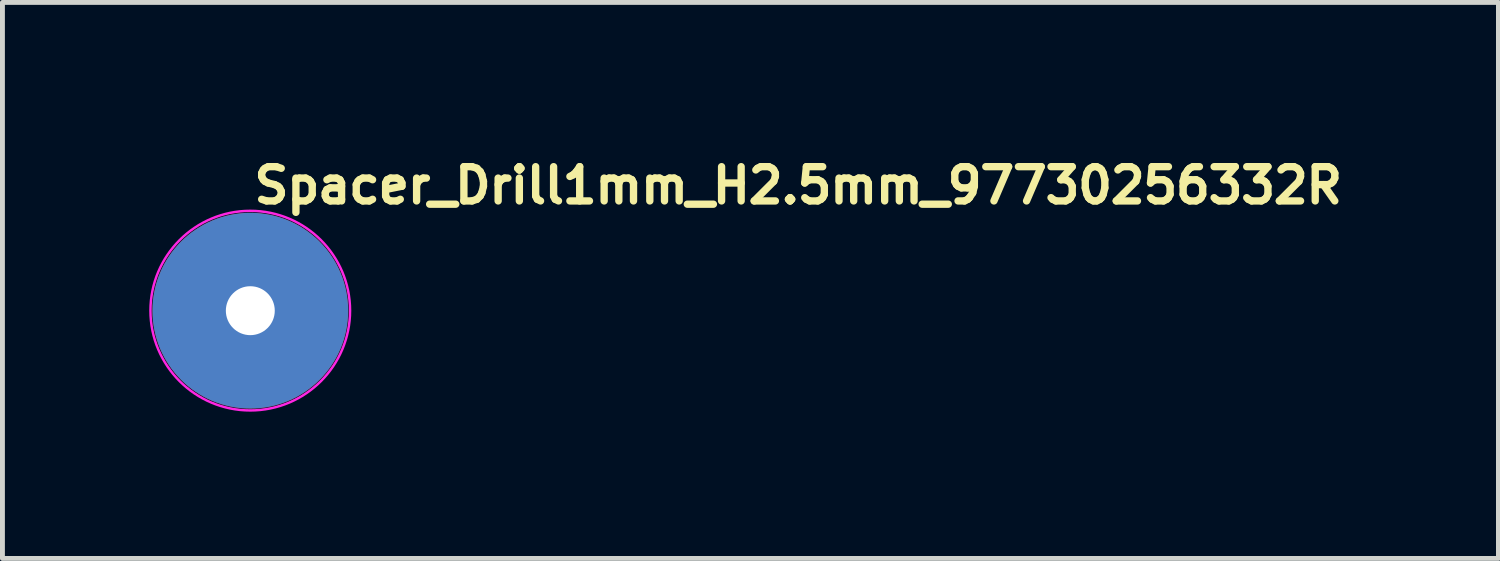
<source format=kicad_pcb>
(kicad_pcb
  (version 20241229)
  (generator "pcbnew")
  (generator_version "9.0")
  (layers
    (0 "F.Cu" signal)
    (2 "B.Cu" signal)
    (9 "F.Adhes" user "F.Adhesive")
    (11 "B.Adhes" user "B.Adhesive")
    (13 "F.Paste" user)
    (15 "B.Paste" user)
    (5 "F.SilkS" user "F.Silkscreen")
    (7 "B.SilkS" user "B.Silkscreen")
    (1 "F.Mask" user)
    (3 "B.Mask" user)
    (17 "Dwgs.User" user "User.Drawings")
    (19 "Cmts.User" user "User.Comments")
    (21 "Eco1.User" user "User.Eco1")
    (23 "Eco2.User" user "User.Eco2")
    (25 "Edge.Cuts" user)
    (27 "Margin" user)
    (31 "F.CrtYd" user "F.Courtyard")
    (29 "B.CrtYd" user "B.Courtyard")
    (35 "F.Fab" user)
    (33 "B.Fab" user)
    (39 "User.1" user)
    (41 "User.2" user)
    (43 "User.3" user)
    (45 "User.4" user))
  (footprint "Spacer_Drill1mm_H2.5mm_97730256332R"
    (layer "F.Cu")
    (at 2.065 3.299)
    (property "Reference" "Spacer_Drill1mm_H2.5mm_97730256332R" (at 0.001 -2.149 0) (layer "F.SilkS") (effects (font (size 0.7 0.7) (thickness 0.15)) (justify left bottom)))
    (attr smd)
    (fp_circle (center 0 0) (end 0 -2.04) (stroke (width 0.05) (type solid)) (fill no) (layer "F.CrtYd"))
    (fp_rect (start -1.65 -1.65) (end 1.648 1.648) (stroke (width 0.1) (type solid)) (fill no) (layer "User.5"))
    (fp_line (start -1.65 0.001) (end -1.65 0.001) (stroke (width 0.02) (type solid)) (layer "User.9"))
    (fp_line (start -1.65 0.001) (end -1.648 0.085) (stroke (width 0.02) (type solid)) (layer "User.9"))
    (fp_line (start -1.648 -0.084) (end -1.65 0.001) (stroke (width 0.02) (type solid)) (layer "User.9"))
    (fp_line (start -1.648 0.085) (end -1.642 0.169) (stroke (width 0.02) (type solid)) (layer "User.9"))
    (fp_line (start -1.642 -0.169) (end -1.648 -0.084) (stroke (width 0.02) (type solid)) (layer "User.9"))
    (fp_line (start -1.642 0.169) (end -1.63 0.251) (stroke (width 0.02) (type solid)) (layer "User.9"))
    (fp_line (start -1.63 -0.251) (end -1.642 -0.169) (stroke (width 0.02) (type solid)) (layer "User.9"))
    (fp_line (start -1.63 0.251) (end -1.616 0.333) (stroke (width 0.02) (type solid)) (layer "User.9"))
    (fp_line (start -1.616 -0.333) (end -1.63 -0.251) (stroke (width 0.02) (type solid)) (layer "User.9"))
    (fp_line (start -1.616 0.333) (end -1.598 0.412) (stroke (width 0.02) (type solid)) (layer "User.9"))
    (fp_line (start -1.598 -0.412) (end -1.616 -0.333) (stroke (width 0.02) (type solid)) (layer "User.9"))
    (fp_line (start -1.598 0.412) (end -1.576 0.49) (stroke (width 0.02) (type solid)) (layer "User.9"))
    (fp_line (start -1.576 -0.49) (end -1.598 -0.412) (stroke (width 0.02) (type solid)) (layer "User.9"))
    (fp_line (start -1.576 0.49) (end -1.55 0.567) (stroke (width 0.02) (type solid)) (layer "User.9"))
    (fp_line (start -1.55 -0.567) (end -1.576 -0.49) (stroke (width 0.02) (type solid)) (layer "User.9"))
    (fp_line (start -1.55 0.567) (end -1.521 0.643) (stroke (width 0.02) (type solid)) (layer "User.9"))
    (fp_line (start -1.521 -0.643) (end -1.55 -0.567) (stroke (width 0.02) (type solid)) (layer "User.9"))
    (fp_line (start -1.521 0.643) (end -1.487 0.715) (stroke (width 0.02) (type solid)) (layer "User.9"))
    (fp_line (start -1.487 -0.715) (end -1.521 -0.643) (stroke (width 0.02) (type solid)) (layer "User.9"))
    (fp_line (start -1.487 0.715) (end -1.451 0.787) (stroke (width 0.02) (type solid)) (layer "User.9"))
    (fp_line (start -1.451 -0.787) (end -1.487 -0.715) (stroke (width 0.02) (type solid)) (layer "User.9"))
    (fp_line (start -1.451 0.787) (end -1.411 0.855) (stroke (width 0.02) (type solid)) (layer "User.9"))
    (fp_line (start -1.411 -0.855) (end -1.451 -0.787) (stroke (width 0.02) (type solid)) (layer "User.9"))
    (fp_line (start -1.411 0.855) (end -1.368 0.923) (stroke (width 0.02) (type solid)) (layer "User.9"))
    (fp_line (start -1.368 -0.923) (end -1.411 -0.855) (stroke (width 0.02) (type solid)) (layer "User.9"))
    (fp_line (start -1.368 0.923) (end -1.322 0.987) (stroke (width 0.02) (type solid)) (layer "User.9"))
    (fp_line (start -1.322 -0.987) (end -1.368 -0.923) (stroke (width 0.02) (type solid)) (layer "User.9"))
    (fp_line (start -1.322 0.987) (end -1.273 1.049) (stroke (width 0.02) (type solid)) (layer "User.9"))
    (fp_line (start -1.273 -1.05) (end -1.322 -0.987) (stroke (width 0.02) (type solid)) (layer "User.9"))
    (fp_line (start -1.273 1.049) (end -1.221 1.109) (stroke (width 0.02) (type solid)) (layer "User.9"))
    (fp_line (start -1.221 -1.11) (end -1.273 -1.05) (stroke (width 0.02) (type solid)) (layer "User.9"))
    (fp_line (start -1.221 1.109) (end -1.167 1.166) (stroke (width 0.02) (type solid)) (layer "User.9"))
    (fp_line (start -1.167 -1.167) (end -1.221 -1.11) (stroke (width 0.02) (type solid)) (layer "User.9"))
    (fp_line (start -1.167 1.166) (end -1.11 1.222) (stroke (width 0.02) (type solid)) (layer "User.9"))
    (fp_line (start -1.11 -1.221) (end -1.167 -1.167) (stroke (width 0.02) (type solid)) (layer "User.9"))
    (fp_line (start -1.11 1.222) (end -1.05 1.273) (stroke (width 0.02) (type solid)) (layer "User.9"))
    (fp_line (start -1.05 -1.273) (end -1.11 -1.221) (stroke (width 0.02) (type solid)) (layer "User.9"))
    (fp_line (start -1.05 1.273) (end -0.987 1.323) (stroke (width 0.02) (type solid)) (layer "User.9"))
    (fp_line (start -0.987 -1.322) (end -1.05 -1.273) (stroke (width 0.02) (type solid)) (layer "User.9"))
    (fp_line (start -0.987 1.323) (end -0.923 1.369) (stroke (width 0.02) (type solid)) (layer "User.9"))
    (fp_line (start -0.923 -1.368) (end -0.987 -1.322) (stroke (width 0.02) (type solid)) (layer "User.9"))
    (fp_line (start -0.923 1.369) (end -0.855 1.412) (stroke (width 0.02) (type solid)) (layer "User.9"))
    (fp_line (start -0.855 -1.411) (end -0.923 -1.368) (stroke (width 0.02) (type solid)) (layer "User.9"))
    (fp_line (start -0.855 1.412) (end -0.787 1.45) (stroke (width 0.02) (type solid)) (layer "User.9"))
    (fp_line (start -0.811 0.001) (end -0.811 0.001) (stroke (width 0.02) (type solid)) (layer "User.9"))
    (fp_line (start -0.811 0.001) (end -0.81 0.042) (stroke (width 0.02) (type solid)) (layer "User.9"))
    (fp_line (start -0.81 -0.041) (end -0.811 0.001) (stroke (width 0.02) (type solid)) (layer "User.9"))
    (fp_line (start -0.81 0.042) (end -0.807 0.083) (stroke (width 0.02) (type solid)) (layer "User.9"))
    (fp_line (start -0.807 -0.083) (end -0.81 -0.041) (stroke (width 0.02) (type solid)) (layer "User.9"))
    (fp_line (start -0.807 0.083) (end -0.802 0.123) (stroke (width 0.02) (type solid)) (layer "User.9"))
    (fp_line (start -0.802 -0.123) (end -0.807 -0.083) (stroke (width 0.02) (type solid)) (layer "User.9"))
    (fp_line (start -0.802 0.123) (end -0.795 0.164) (stroke (width 0.02) (type solid)) (layer "User.9"))
    (fp_line (start -0.795 -0.164) (end -0.802 -0.123) (stroke (width 0.02) (type solid)) (layer "User.9"))
    (fp_line (start -0.795 0.164) (end -0.785 0.203) (stroke (width 0.02) (type solid)) (layer "User.9"))
    (fp_line (start -0.787 -1.451) (end -0.855 -1.411) (stroke (width 0.02) (type solid)) (layer "User.9"))
    (fp_line (start -0.787 1.45) (end -0.715 1.488) (stroke (width 0.02) (type solid)) (layer "User.9"))
    (fp_line (start -0.785 -0.202) (end -0.795 -0.164) (stroke (width 0.02) (type solid)) (layer "User.9"))
    (fp_line (start -0.785 0.203) (end -0.775 0.241) (stroke (width 0.02) (type solid)) (layer "User.9"))
    (fp_line (start -0.775 -0.241) (end -0.785 -0.202) (stroke (width 0.02) (type solid)) (layer "User.9"))
    (fp_line (start -0.775 0.241) (end -0.761 0.279) (stroke (width 0.02) (type solid)) (layer "User.9"))
    (fp_line (start -0.761 -0.279) (end -0.775 -0.241) (stroke (width 0.02) (type solid)) (layer "User.9"))
    (fp_line (start -0.761 0.279) (end -0.746 0.315) (stroke (width 0.02) (type solid)) (layer "User.9"))
    (fp_line (start -0.746 -0.315) (end -0.761 -0.279) (stroke (width 0.02) (type solid)) (layer "User.9"))
    (fp_line (start -0.746 0.315) (end -0.73 0.352) (stroke (width 0.02) (type solid)) (layer "User.9"))
    (fp_line (start -0.73 -0.35) (end -0.746 -0.315) (stroke (width 0.02) (type solid)) (layer "User.9"))
    (fp_line (start -0.73 0.352) (end -0.712 0.387) (stroke (width 0.02) (type solid)) (layer "User.9"))
    (fp_line (start -0.715 -1.487) (end -0.787 -1.451) (stroke (width 0.02) (type solid)) (layer "User.9"))
    (fp_line (start -0.715 1.488) (end -0.643 1.519) (stroke (width 0.02) (type solid)) (layer "User.9"))
    (fp_line (start -0.712 -0.387) (end -0.73 -0.35) (stroke (width 0.02) (type solid)) (layer "User.9"))
    (fp_line (start -0.712 0.387) (end -0.693 0.42) (stroke (width 0.02) (type solid)) (layer "User.9"))
    (fp_line (start -0.693 -0.42) (end -0.712 -0.387) (stroke (width 0.02) (type solid)) (layer "User.9"))
    (fp_line (start -0.693 0.42) (end -0.673 0.454) (stroke (width 0.02) (type solid)) (layer "User.9"))
    (fp_line (start -0.673 -0.454) (end -0.693 -0.42) (stroke (width 0.02) (type solid)) (layer "User.9"))
    (fp_line (start -0.673 0.454) (end -0.65 0.484) (stroke (width 0.02) (type solid)) (layer "User.9"))
    (fp_line (start -0.65 -0.484) (end -0.673 -0.454) (stroke (width 0.02) (type solid)) (layer "User.9"))
    (fp_line (start -0.65 0.484) (end -0.625 0.516) (stroke (width 0.02) (type solid)) (layer "User.9"))
    (fp_line (start -0.643 -1.521) (end -0.715 -1.487) (stroke (width 0.02) (type solid)) (layer "User.9"))
    (fp_line (start -0.643 1.519) (end -0.567 1.549) (stroke (width 0.02) (type solid)) (layer "User.9"))
    (fp_line (start -0.625 -0.516) (end -0.65 -0.484) (stroke (width 0.02) (type solid)) (layer "User.9"))
    (fp_line (start -0.625 0.516) (end -0.599 0.545) (stroke (width 0.02) (type solid)) (layer "User.9"))
    (fp_line (start -0.61 0.013) (end -0.607 0.058) (stroke (width 0.02) (type solid)) (layer "User.9"))
    (fp_line (start -0.609 -0.031) (end -0.61 0.013) (stroke (width 0.02) (type solid)) (layer "User.9"))
    (fp_line (start -0.607 0.058) (end -0.601 0.102) (stroke (width 0.02) (type solid)) (layer "User.9"))
    (fp_line (start -0.605 -0.075) (end -0.609 -0.031) (stroke (width 0.02) (type solid)) (layer "User.9"))
    (fp_line (start -0.601 0.102) (end -0.592 0.146) (stroke (width 0.02) (type solid)) (layer "User.9"))
    (fp_line (start -0.599 -0.545) (end -0.625 -0.516) (stroke (width 0.02) (type solid)) (layer "User.9"))
    (fp_line (start -0.599 0.545) (end -0.573 0.573) (stroke (width 0.02) (type solid)) (layer "User.9"))
    (fp_line (start -0.598 -0.118) (end -0.605 -0.075) (stroke (width 0.02) (type solid)) (layer "User.9"))
    (fp_line (start -0.592 0.146) (end -0.58 0.19) (stroke (width 0.02) (type solid)) (layer "User.9"))
    (fp_line (start -0.588 -0.163) (end -0.598 -0.118) (stroke (width 0.02) (type solid)) (layer "User.9"))
    (fp_line (start -0.58 0.19) (end -0.564 0.234) (stroke (width 0.02) (type solid)) (layer "User.9"))
    (fp_line (start -0.576 -0.204) (end -0.588 -0.163) (stroke (width 0.02) (type solid)) (layer "User.9"))
    (fp_line (start -0.573 -0.573) (end -0.599 -0.545) (stroke (width 0.02) (type solid)) (layer "User.9"))
    (fp_line (start -0.573 0.573) (end -0.545 0.599) (stroke (width 0.02) (type solid)) (layer "User.9"))
    (fp_line (start -0.567 -1.55) (end -0.643 -1.521) (stroke (width 0.02) (type solid)) (layer "User.9"))
    (fp_line (start -0.567 1.549) (end -0.49 1.575) (stroke (width 0.02) (type solid)) (layer "User.9"))
    (fp_line (start -0.564 0.234) (end -0.564 0.234) (stroke (width 0.02) (type solid)) (layer "User.9"))
    (fp_line (start -0.564 0.234) (end -0.555 0.254) (stroke (width 0.02) (type solid)) (layer "User.9"))
    (fp_line (start -0.559 -0.245) (end -0.576 -0.204) (stroke (width 0.02) (type solid)) (layer "User.9"))
    (fp_line (start -0.555 0.254) (end -0.545 0.276) (stroke (width 0.02) (type solid)) (layer "User.9"))
    (fp_line (start -0.545 -0.599) (end -0.573 -0.573) (stroke (width 0.02) (type solid)) (layer "User.9"))
    (fp_line (start -0.545 0.276) (end -0.535 0.295) (stroke (width 0.02) (type solid)) (layer "User.9"))
    (fp_line (start -0.545 0.599) (end -0.516 0.625) (stroke (width 0.02) (type solid)) (layer "User.9"))
    (fp_line (start -0.54 -0.286) (end -0.559 -0.245) (stroke (width 0.02) (type solid)) (layer "User.9"))
    (fp_line (start -0.535 0.295) (end -0.523 0.315) (stroke (width 0.02) (type solid)) (layer "User.9"))
    (fp_line (start -0.523 0.315) (end -0.51 0.335) (stroke (width 0.02) (type solid)) (layer "User.9"))
    (fp_line (start -0.517 -0.326) (end -0.54 -0.286) (stroke (width 0.02) (type solid)) (layer "User.9"))
    (fp_line (start -0.516 -0.625) (end -0.545 -0.599) (stroke (width 0.02) (type solid)) (layer "User.9"))
    (fp_line (start -0.516 0.625) (end -0.484 0.65) (stroke (width 0.02) (type solid)) (layer "User.9"))
    (fp_line (start -0.51 0.335) (end -0.498 0.353) (stroke (width 0.02) (type solid)) (layer "User.9"))
    (fp_line (start -0.498 0.353) (end -0.484 0.371) (stroke (width 0.02) (type solid)) (layer "User.9"))
    (fp_line (start -0.491 -0.362) (end -0.517 -0.326) (stroke (width 0.02) (type solid)) (layer "User.9"))
    (fp_line (start -0.49 -1.576) (end -0.567 -1.55) (stroke (width 0.02) (type solid)) (layer "User.9"))
    (fp_line (start -0.49 1.575) (end -0.412 1.599) (stroke (width 0.02) (type solid)) (layer "User.9"))
    (fp_line (start -0.484 -0.65) (end -0.516 -0.625) (stroke (width 0.02) (type solid)) (layer "User.9"))
    (fp_line (start -0.484 0.371) (end -0.47 0.389) (stroke (width 0.02) (type solid)) (layer "User.9"))
    (fp_line (start -0.484 0.65) (end -0.454 0.673) (stroke (width 0.02) (type solid)) (layer "User.9"))
    (fp_line (start -0.47 0.389) (end -0.457 0.406) (stroke (width 0.02) (type solid)) (layer "User.9"))
    (fp_line (start -0.463 -0.398) (end -0.491 -0.362) (stroke (width 0.02) (type solid)) (layer "User.9"))
    (fp_line (start -0.457 0.406) (end -0.441 0.422) (stroke (width 0.02) (type solid)) (layer "User.9"))
    (fp_line (start -0.454 -0.673) (end -0.484 -0.65) (stroke (width 0.02) (type solid)) (layer "User.9"))
    (fp_line (start -0.454 0.673) (end -0.42 0.693) (stroke (width 0.02) (type solid)) (layer "User.9"))
    (fp_line (start -0.441 0.422) (end -0.425 0.437) (stroke (width 0.02) (type solid)) (layer "User.9"))
    (fp_line (start -0.431 -0.431) (end -0.463 -0.398) (stroke (width 0.02) (type solid)) (layer "User.9"))
    (fp_line (start -0.431 -0.431) (end -0.431 -0.431) (stroke (width 0.02) (type solid)) (layer "User.9"))
    (fp_line (start -0.425 0.437) (end -0.409 0.454) (stroke (width 0.02) (type solid)) (layer "User.9"))
    (fp_line (start -0.42 -0.693) (end -0.454 -0.673) (stroke (width 0.02) (type solid)) (layer "User.9"))
    (fp_line (start -0.42 0.693) (end -0.387 0.712) (stroke (width 0.02) (type solid)) (layer "User.9"))
    (fp_line (start -0.412 -1.598) (end -0.49 -1.576) (stroke (width 0.02) (type solid)) (layer "User.9"))
    (fp_line (start -0.412 1.599) (end -0.333 1.617) (stroke (width 0.02) (type solid)) (layer "User.9"))
    (fp_line (start -0.409 0.454) (end -0.393 0.468) (stroke (width 0.02) (type solid)) (layer "User.9"))
    (fp_line (start -0.398 -0.463) (end -0.431 -0.431) (stroke (width 0.02) (type solid)) (layer "User.9"))
    (fp_line (start -0.393 0.468) (end -0.375 0.481) (stroke (width 0.02) (type solid)) (layer "User.9"))
    (fp_line (start -0.387 -0.712) (end -0.42 -0.693) (stroke (width 0.02) (type solid)) (layer "User.9"))
    (fp_line (start -0.387 0.712) (end -0.35 0.73) (stroke (width 0.02) (type solid)) (layer "User.9"))
    (fp_line (start -0.375 0.481) (end -0.357 0.494) (stroke (width 0.02) (type solid)) (layer "User.9"))
    (fp_line (start -0.362 -0.491) (end -0.398 -0.463) (stroke (width 0.02) (type solid)) (layer "User.9"))
    (fp_line (start -0.357 0.494) (end -0.34 0.507) (stroke (width 0.02) (type solid)) (layer "User.9"))
    (fp_line (start -0.35 -0.73) (end -0.387 -0.712) (stroke (width 0.02) (type solid)) (layer "User.9"))
    (fp_line (start -0.35 0.73) (end -0.315 0.746) (stroke (width 0.02) (type solid)) (layer "User.9"))
    (fp_line (start -0.34 0.507) (end -0.321 0.52) (stroke (width 0.02) (type solid)) (layer "User.9"))
    (fp_line (start -0.333 -1.616) (end -0.412 -1.598) (stroke (width 0.02) (type solid)) (layer "User.9"))
    (fp_line (start -0.333 1.617) (end -0.251 1.63) (stroke (width 0.02) (type solid)) (layer "User.9"))
    (fp_line (start -0.326 -0.517) (end -0.362 -0.491) (stroke (width 0.02) (type solid)) (layer "User.9"))
    (fp_line (start -0.321 0.52) (end -0.301 0.531) (stroke (width 0.02) (type solid)) (layer "User.9"))
    (fp_line (start -0.315 -0.746) (end -0.35 -0.73) (stroke (width 0.02) (type solid)) (layer "User.9"))
    (fp_line (start -0.315 0.746) (end -0.279 0.761) (stroke (width 0.02) (type solid)) (layer "User.9"))
    (fp_line (start -0.301 0.531) (end -0.281 0.542) (stroke (width 0.02) (type solid)) (layer "User.9"))
    (fp_line (start -0.286 -0.54) (end -0.326 -0.517) (stroke (width 0.02) (type solid)) (layer "User.9"))
    (fp_line (start -0.281 0.542) (end -0.263 0.552) (stroke (width 0.02) (type solid)) (layer "User.9"))
    (fp_line (start -0.279 -0.761) (end -0.315 -0.746) (stroke (width 0.02) (type solid)) (layer "User.9"))
    (fp_line (start -0.279 0.761) (end -0.241 0.775) (stroke (width 0.02) (type solid)) (layer "User.9"))
    (fp_line (start -0.263 0.552) (end -0.241 0.561) (stroke (width 0.02) (type solid)) (layer "User.9"))
    (fp_line (start -0.251 -1.63) (end -0.333 -1.616) (stroke (width 0.02) (type solid)) (layer "User.9"))
    (fp_line (start -0.251 1.63) (end -0.169 1.64) (stroke (width 0.02) (type solid)) (layer "User.9"))
    (fp_line (start -0.245 -0.559) (end -0.286 -0.54) (stroke (width 0.02) (type solid)) (layer "User.9"))
    (fp_line (start -0.241 -0.775) (end -0.279 -0.761) (stroke (width 0.02) (type solid)) (layer "User.9"))
    (fp_line (start -0.241 0.561) (end -0.221 0.569) (stroke (width 0.02) (type solid)) (layer "User.9"))
    (fp_line (start -0.241 0.775) (end -0.202 0.785) (stroke (width 0.02) (type solid)) (layer "User.9"))
    (fp_line (start -0.221 0.569) (end -0.201 0.577) (stroke (width 0.02) (type solid)) (layer "User.9"))
    (fp_line (start -0.204 -0.576) (end -0.245 -0.559) (stroke (width 0.02) (type solid)) (layer "User.9"))
    (fp_line (start -0.202 -0.785) (end -0.241 -0.775) (stroke (width 0.02) (type solid)) (layer "User.9"))
    (fp_line (start -0.202 0.785) (end -0.164 0.795) (stroke (width 0.02) (type solid)) (layer "User.9"))
    (fp_line (start -0.201 0.577) (end -0.179 0.583) (stroke (width 0.02) (type solid)) (layer "User.9"))
    (fp_line (start -0.179 0.583) (end -0.157 0.589) (stroke (width 0.02) (type solid)) (layer "User.9"))
    (fp_line (start -0.169 -1.642) (end -0.251 -1.63) (stroke (width 0.02) (type solid)) (layer "User.9"))
    (fp_line (start -0.169 1.64) (end -0.084 1.646) (stroke (width 0.02) (type solid)) (layer "User.9"))
    (fp_line (start -0.164 -0.795) (end -0.202 -0.785) (stroke (width 0.02) (type solid)) (layer "User.9"))
    (fp_line (start -0.164 0.795) (end -0.123 0.802) (stroke (width 0.02) (type solid)) (layer "User.9"))
    (fp_line (start -0.163 -0.588) (end -0.204 -0.576) (stroke (width 0.02) (type solid)) (layer "User.9"))
    (fp_line (start -0.157 0.589) (end -0.136 0.595) (stroke (width 0.02) (type solid)) (layer "User.9"))
    (fp_line (start -0.136 0.595) (end -0.114 0.599) (stroke (width 0.02) (type solid)) (layer "User.9"))
    (fp_line (start -0.123 -0.802) (end -0.164 -0.795) (stroke (width 0.02) (type solid)) (layer "User.9"))
    (fp_line (start -0.123 0.802) (end -0.083 0.807) (stroke (width 0.02) (type solid)) (layer "User.9"))
    (fp_line (start -0.118 -0.598) (end -0.163 -0.588) (stroke (width 0.02) (type solid)) (layer "User.9"))
    (fp_line (start -0.114 0.599) (end -0.091 0.603) (stroke (width 0.02) (type solid)) (layer "User.9"))
    (fp_line (start -0.091 0.603) (end -0.069 0.606) (stroke (width 0.02) (type solid)) (layer "User.9"))
    (fp_line (start -0.084 -1.648) (end -0.169 -1.642) (stroke (width 0.02) (type solid)) (layer "User.9"))
    (fp_line (start -0.084 1.646) (end 0.001 1.648) (stroke (width 0.02) (type solid)) (layer "User.9"))
    (fp_line (start -0.083 -0.807) (end -0.123 -0.802) (stroke (width 0.02) (type solid)) (layer "User.9"))
    (fp_line (start -0.083 0.807) (end -0.041 0.81) (stroke (width 0.02) (type solid)) (layer "User.9"))
    (fp_line (start -0.075 -0.605) (end -0.118 -0.598) (stroke (width 0.02) (type solid)) (layer "User.9"))
    (fp_line (start -0.069 0.606) (end -0.045 0.608) (stroke (width 0.02) (type solid)) (layer "User.9"))
    (fp_line (start -0.045 0.608) (end -0.023 0.61) (stroke (width 0.02) (type solid)) (layer "User.9"))
    (fp_line (start -0.041 -0.81) (end -0.083 -0.807) (stroke (width 0.02) (type solid)) (layer "User.9"))
    (fp_line (start -0.041 0.81) (end 0.001 0.811) (stroke (width 0.02) (type solid)) (layer "User.9"))
    (fp_line (start -0.031 -0.609) (end -0.075 -0.605) (stroke (width 0.02) (type solid)) (layer "User.9"))
    (fp_line (start -0.023 0.61) (end 0.001 0.61) (stroke (width 0.02) (type solid)) (layer "User.9"))
    (fp_line (start 0.001 -1.65) (end -0.084 -1.648) (stroke (width 0.02) (type solid)) (layer "User.9"))
    (fp_line (start 0.001 -1.65) (end 0.001 -1.65) (stroke (width 0.02) (type solid)) (layer "User.9"))
    (fp_line (start 0.001 -0.811) (end -0.041 -0.81) (stroke (width 0.02) (type solid)) (layer "User.9"))
    (fp_line (start 0.001 -0.811) (end 0.001 -0.811) (stroke (width 0.02) (type solid)) (layer "User.9"))
    (fp_line (start 0.001 0.61) (end 0.03 0.609) (stroke (width 0.02) (type solid)) (layer "User.9"))
    (fp_line (start 0.001 0.811) (end 0.001 0.811) (stroke (width 0.02) (type solid)) (layer "User.9"))
    (fp_line (start 0.001 0.811) (end 0.042 0.81) (stroke (width 0.02) (type solid)) (layer "User.9"))
    (fp_line (start 0.001 1.648) (end 0.001 1.648) (stroke (width 0.02) (type solid)) (layer "User.9"))
    (fp_line (start 0.001 1.648) (end 0.085 1.646) (stroke (width 0.02) (type solid)) (layer "User.9"))
    (fp_line (start 0.013 -0.61) (end -0.031 -0.609) (stroke (width 0.02) (type solid)) (layer "User.9"))
    (fp_line (start 0.03 0.609) (end 0.06 0.607) (stroke (width 0.02) (type solid)) (layer "User.9"))
    (fp_line (start 0.042 -0.81) (end 0.001 -0.811) (stroke (width 0.02) (type solid)) (layer "User.9"))
    (fp_line (start 0.042 0.81) (end 0.083 0.807) (stroke (width 0.02) (type solid)) (layer "User.9"))
    (fp_line (start 0.058 -0.607) (end 0.013 -0.61) (stroke (width 0.02) (type solid)) (layer "User.9"))
    (fp_line (start 0.06 0.607) (end 0.09 0.603) (stroke (width 0.02) (type solid)) (layer "User.9"))
    (fp_line (start 0.083 -0.807) (end 0.042 -0.81) (stroke (width 0.02) (type solid)) (layer "User.9"))
    (fp_line (start 0.083 0.807) (end 0.123 0.802) (stroke (width 0.02) (type solid)) (layer "User.9"))
    (fp_line (start 0.085 -1.648) (end 0.001 -1.65) (stroke (width 0.02) (type solid)) (layer "User.9"))
    (fp_line (start 0.085 1.646) (end 0.169 1.64) (stroke (width 0.02) (type solid)) (layer "User.9"))
    (fp_line (start 0.09 0.603) (end 0.12 0.598) (stroke (width 0.02) (type solid)) (layer "User.9"))
    (fp_line (start 0.102 -0.601) (end 0.058 -0.607) (stroke (width 0.02) (type solid)) (layer "User.9"))
    (fp_line (start 0.12 0.598) (end 0.148 0.592) (stroke (width 0.02) (type solid)) (layer "User.9"))
    (fp_line (start 0.123 -0.802) (end 0.083 -0.807) (stroke (width 0.02) (type solid)) (layer "User.9"))
    (fp_line (start 0.123 0.802) (end 0.164 0.795) (stroke (width 0.02) (type solid)) (layer "User.9"))
    (fp_line (start 0.146 -0.592) (end 0.102 -0.601) (stroke (width 0.02) (type solid)) (layer "User.9"))
    (fp_line (start 0.148 0.592) (end 0.177 0.584) (stroke (width 0.02) (type solid)) (layer "User.9"))
    (fp_line (start 0.164 -0.795) (end 0.123 -0.802) (stroke (width 0.02) (type solid)) (layer "User.9"))
    (fp_line (start 0.164 0.795) (end 0.203 0.785) (stroke (width 0.02) (type solid)) (layer "User.9"))
    (fp_line (start 0.169 -1.642) (end 0.085 -1.648) (stroke (width 0.02) (type solid)) (layer "User.9"))
    (fp_line (start 0.169 1.64) (end 0.251 1.63) (stroke (width 0.02) (type solid)) (layer "User.9"))
    (fp_line (start 0.177 0.584) (end 0.205 0.575) (stroke (width 0.02) (type solid)) (layer "User.9"))
    (fp_line (start 0.19 -0.58) (end 0.146 -0.592) (stroke (width 0.02) (type solid)) (layer "User.9"))
    (fp_line (start 0.203 -0.785) (end 0.164 -0.795) (stroke (width 0.02) (type solid)) (layer "User.9"))
    (fp_line (start 0.203 0.785) (end 0.241 0.775) (stroke (width 0.02) (type solid)) (layer "User.9"))
    (fp_line (start 0.205 0.575) (end 0.234 0.564) (stroke (width 0.02) (type solid)) (layer "User.9"))
    (fp_line (start 0.234 -0.564) (end 0.19 -0.58) (stroke (width 0.02) (type solid)) (layer "User.9"))
    (fp_line (start 0.234 -0.564) (end 0.234 -0.564) (stroke (width 0.02) (type solid)) (layer "User.9"))
    (fp_line (start 0.234 0.564) (end 0.261 0.552) (stroke (width 0.02) (type solid)) (layer "User.9"))
    (fp_line (start 0.241 -0.775) (end 0.203 -0.785) (stroke (width 0.02) (type solid)) (layer "User.9"))
    (fp_line (start 0.241 0.775) (end 0.279 0.761) (stroke (width 0.02) (type solid)) (layer "User.9"))
    (fp_line (start 0.251 -1.63) (end 0.169 -1.642) (stroke (width 0.02) (type solid)) (layer "User.9"))
    (fp_line (start 0.251 1.63) (end 0.333 1.617) (stroke (width 0.02) (type solid)) (layer "User.9"))
    (fp_line (start 0.261 0.552) (end 0.288 0.539) (stroke (width 0.02) (type solid)) (layer "User.9"))
    (fp_line (start 0.276 -0.545) (end 0.234 -0.564) (stroke (width 0.02) (type solid)) (layer "User.9"))
    (fp_line (start 0.279 -0.761) (end 0.241 -0.775) (stroke (width 0.02) (type solid)) (layer "User.9"))
    (fp_line (start 0.279 0.761) (end 0.315 0.746) (stroke (width 0.02) (type solid)) (layer "User.9"))
    (fp_line (start 0.288 0.539) (end 0.313 0.524) (stroke (width 0.02) (type solid)) (layer "User.9"))
    (fp_line (start 0.313 0.524) (end 0.339 0.507) (stroke (width 0.02) (type solid)) (layer "User.9"))
    (fp_line (start 0.315 -0.746) (end 0.279 -0.761) (stroke (width 0.02) (type solid)) (layer "User.9"))
    (fp_line (start 0.315 -0.523) (end 0.276 -0.545) (stroke (width 0.02) (type solid)) (layer "User.9"))
    (fp_line (start 0.315 0.746) (end 0.352 0.73) (stroke (width 0.02) (type solid)) (layer "User.9"))
    (fp_line (start 0.333 -1.616) (end 0.251 -1.63) (stroke (width 0.02) (type solid)) (layer "User.9"))
    (fp_line (start 0.333 1.617) (end 0.412 1.599) (stroke (width 0.02) (type solid)) (layer "User.9"))
    (fp_line (start 0.339 0.507) (end 0.363 0.49) (stroke (width 0.02) (type solid)) (layer "User.9"))
    (fp_line (start 0.352 -0.73) (end 0.315 -0.746) (stroke (width 0.02) (type solid)) (layer "User.9"))
    (fp_line (start 0.352 0.73) (end 0.387 0.712) (stroke (width 0.02) (type solid)) (layer "User.9"))
    (fp_line (start 0.353 -0.498) (end 0.315 -0.523) (stroke (width 0.02) (type solid)) (layer "User.9"))
    (fp_line (start 0.363 0.49) (end 0.387 0.472) (stroke (width 0.02) (type solid)) (layer "User.9"))
    (fp_line (start 0.387 -0.712) (end 0.352 -0.73) (stroke (width 0.02) (type solid)) (layer "User.9"))
    (fp_line (start 0.387 0.472) (end 0.409 0.453) (stroke (width 0.02) (type solid)) (layer "User.9"))
    (fp_line (start 0.387 0.712) (end 0.42 0.693) (stroke (width 0.02) (type solid)) (layer "User.9"))
    (fp_line (start 0.389 -0.47) (end 0.353 -0.498) (stroke (width 0.02) (type solid)) (layer "User.9"))
    (fp_line (start 0.409 0.453) (end 0.431 0.431) (stroke (width 0.02) (type solid)) (layer "User.9"))
    (fp_line (start 0.412 -1.598) (end 0.333 -1.616) (stroke (width 0.02) (type solid)) (layer "User.9"))
    (fp_line (start 0.412 1.599) (end 0.49 1.575) (stroke (width 0.02) (type solid)) (layer "User.9"))
    (fp_line (start 0.42 -0.693) (end 0.387 -0.712) (stroke (width 0.02) (type solid)) (layer "User.9"))
    (fp_line (start 0.42 0.693) (end 0.454 0.673) (stroke (width 0.02) (type solid)) (layer "User.9"))
    (fp_line (start 0.422 -0.441) (end 0.389 -0.47) (stroke (width 0.02) (type solid)) (layer "User.9"))
    (fp_line (start 0.431 0.431) (end 0.431 0.431) (stroke (width 0.02) (type solid)) (layer "User.9"))
    (fp_line (start 0.431 0.431) (end 0.453 0.409) (stroke (width 0.02) (type solid)) (layer "User.9"))
    (fp_line (start 0.453 0.409) (end 0.472 0.387) (stroke (width 0.02) (type solid)) (layer "User.9"))
    (fp_line (start 0.454 -0.673) (end 0.42 -0.693) (stroke (width 0.02) (type solid)) (layer "User.9"))
    (fp_line (start 0.454 -0.409) (end 0.422 -0.441) (stroke (width 0.02) (type solid)) (layer "User.9"))
    (fp_line (start 0.454 0.673) (end 0.484 0.65) (stroke (width 0.02) (type solid)) (layer "User.9"))
    (fp_line (start 0.472 0.387) (end 0.49 0.363) (stroke (width 0.02) (type solid)) (layer "User.9"))
    (fp_line (start 0.481 -0.375) (end 0.454 -0.409) (stroke (width 0.02) (type solid)) (layer "User.9"))
    (fp_line (start 0.484 -0.65) (end 0.454 -0.673) (stroke (width 0.02) (type solid)) (layer "User.9"))
    (fp_line (start 0.484 0.65) (end 0.516 0.625) (stroke (width 0.02) (type solid)) (layer "User.9"))
    (fp_line (start 0.49 -1.576) (end 0.412 -1.598) (stroke (width 0.02) (type solid)) (layer "User.9"))
    (fp_line (start 0.49 0.363) (end 0.507 0.339) (stroke (width 0.02) (type solid)) (layer "User.9"))
    (fp_line (start 0.49 1.575) (end 0.567 1.549) (stroke (width 0.02) (type solid)) (layer "User.9"))
    (fp_line (start 0.507 -0.34) (end 0.481 -0.375) (stroke (width 0.02) (type solid)) (layer "User.9"))
    (fp_line (start 0.507 0.339) (end 0.524 0.313) (stroke (width 0.02) (type solid)) (layer "User.9"))
    (fp_line (start 0.516 -0.625) (end 0.484 -0.65) (stroke (width 0.02) (type solid)) (layer "User.9"))
    (fp_line (start 0.516 0.625) (end 0.545 0.599) (stroke (width 0.02) (type solid)) (layer "User.9"))
    (fp_line (start 0.524 0.313) (end 0.539 0.288) (stroke (width 0.02) (type solid)) (layer "User.9"))
    (fp_line (start 0.531 -0.301) (end 0.507 -0.34) (stroke (width 0.02) (type solid)) (layer "User.9"))
    (fp_line (start 0.539 0.288) (end 0.552 0.261) (stroke (width 0.02) (type solid)) (layer "User.9"))
    (fp_line (start 0.545 -0.599) (end 0.516 -0.625) (stroke (width 0.02) (type solid)) (layer "User.9"))
    (fp_line (start 0.545 0.599) (end 0.573 0.573) (stroke (width 0.02) (type solid)) (layer "User.9"))
    (fp_line (start 0.552 -0.263) (end 0.531 -0.301) (stroke (width 0.02) (type solid)) (layer "User.9"))
    (fp_line (start 0.552 0.261) (end 0.564 0.234) (stroke (width 0.02) (type solid)) (layer "User.9"))
    (fp_line (start 0.564 0.234) (end 0.575 0.205) (stroke (width 0.02) (type solid)) (layer "User.9"))
    (fp_line (start 0.567 -1.55) (end 0.49 -1.576) (stroke (width 0.02) (type solid)) (layer "User.9"))
    (fp_line (start 0.567 1.549) (end 0.643 1.519) (stroke (width 0.02) (type solid)) (layer "User.9"))
    (fp_line (start 0.569 -0.221) (end 0.552 -0.263) (stroke (width 0.02) (type solid)) (layer "User.9"))
    (fp_line (start 0.573 -0.573) (end 0.545 -0.599) (stroke (width 0.02) (type solid)) (layer "User.9"))
    (fp_line (start 0.573 0.573) (end 0.599 0.545) (stroke (width 0.02) (type solid)) (layer "User.9"))
    (fp_line (start 0.575 0.205) (end 0.584 0.177) (stroke (width 0.02) (type solid)) (layer "User.9"))
    (fp_line (start 0.583 -0.179) (end 0.569 -0.221) (stroke (width 0.02) (type solid)) (layer "User.9"))
    (fp_line (start 0.584 0.177) (end 0.592 0.148) (stroke (width 0.02) (type solid)) (layer "User.9"))
    (fp_line (start 0.592 0.148) (end 0.598 0.12) (stroke (width 0.02) (type solid)) (layer "User.9"))
    (fp_line (start 0.595 -0.136) (end 0.583 -0.179) (stroke (width 0.02) (type solid)) (layer "User.9"))
    (fp_line (start 0.598 0.12) (end 0.603 0.09) (stroke (width 0.02) (type solid)) (layer "User.9"))
    (fp_line (start 0.599 -0.545) (end 0.573 -0.573) (stroke (width 0.02) (type solid)) (layer "User.9"))
    (fp_line (start 0.599 0.545) (end 0.625 0.516) (stroke (width 0.02) (type solid)) (layer "User.9"))
    (fp_line (start 0.603 -0.091) (end 0.595 -0.136) (stroke (width 0.02) (type solid)) (layer "User.9"))
    (fp_line (start 0.603 0.09) (end 0.607 0.06) (stroke (width 0.02) (type solid)) (layer "User.9"))
    (fp_line (start 0.607 0.06) (end 0.609 0.03) (stroke (width 0.02) (type solid)) (layer "User.9"))
    (fp_line (start 0.608 -0.045) (end 0.603 -0.091) (stroke (width 0.02) (type solid)) (layer "User.9"))
    (fp_line (start 0.609 0.03) (end 0.61 0.001) (stroke (width 0.02) (type solid)) (layer "User.9"))
    (fp_line (start 0.61 0.001) (end 0.608 -0.045) (stroke (width 0.02) (type solid)) (layer "User.9"))
    (fp_line (start 0.625 -0.516) (end 0.599 -0.545) (stroke (width 0.02) (type solid)) (layer "User.9"))
    (fp_line (start 0.625 0.516) (end 0.65 0.484) (stroke (width 0.02) (type solid)) (layer "User.9"))
    (fp_line (start 0.643 -1.521) (end 0.567 -1.55) (stroke (width 0.02) (type solid)) (layer "User.9"))
    (fp_line (start 0.643 1.519) (end 0.715 1.488) (stroke (width 0.02) (type solid)) (layer "User.9"))
    (fp_line (start 0.65 -0.484) (end 0.625 -0.516) (stroke (width 0.02) (type solid)) (layer "User.9"))
    (fp_line (start 0.65 0.484) (end 0.673 0.454) (stroke (width 0.02) (type solid)) (layer "User.9"))
    (fp_line (start 0.673 -0.454) (end 0.65 -0.484) (stroke (width 0.02) (type solid)) (layer "User.9"))
    (fp_line (start 0.673 0.454) (end 0.693 0.42) (stroke (width 0.02) (type solid)) (layer "User.9"))
    (fp_line (start 0.693 -0.42) (end 0.673 -0.454) (stroke (width 0.02) (type solid)) (layer "User.9"))
    (fp_line (start 0.693 0.42) (end 0.712 0.387) (stroke (width 0.02) (type solid)) (layer "User.9"))
    (fp_line (start 0.712 -0.387) (end 0.693 -0.42) (stroke (width 0.02) (type solid)) (layer "User.9"))
    (fp_line (start 0.712 0.387) (end 0.73 0.352) (stroke (width 0.02) (type solid)) (layer "User.9"))
    (fp_line (start 0.715 -1.487) (end 0.643 -1.521) (stroke (width 0.02) (type solid)) (layer "User.9"))
    (fp_line (start 0.715 1.488) (end 0.787 1.45) (stroke (width 0.02) (type solid)) (layer "User.9"))
    (fp_line (start 0.73 -0.35) (end 0.712 -0.387) (stroke (width 0.02) (type solid)) (layer "User.9"))
    (fp_line (start 0.73 0.352) (end 0.746 0.315) (stroke (width 0.02) (type solid)) (layer "User.9"))
    (fp_line (start 0.746 -0.315) (end 0.73 -0.35) (stroke (width 0.02) (type solid)) (layer "User.9"))
    (fp_line (start 0.746 0.315) (end 0.761 0.279) (stroke (width 0.02) (type solid)) (layer "User.9"))
    (fp_line (start 0.761 -0.279) (end 0.746 -0.315) (stroke (width 0.02) (type solid)) (layer "User.9"))
    (fp_line (start 0.761 0.279) (end 0.775 0.241) (stroke (width 0.02) (type solid)) (layer "User.9"))
    (fp_line (start 0.775 -0.241) (end 0.761 -0.279) (stroke (width 0.02) (type solid)) (layer "User.9"))
    (fp_line (start 0.775 0.241) (end 0.785 0.203) (stroke (width 0.02) (type solid)) (layer "User.9"))
    (fp_line (start 0.785 -0.202) (end 0.775 -0.241) (stroke (width 0.02) (type solid)) (layer "User.9"))
    (fp_line (start 0.785 0.203) (end 0.795 0.164) (stroke (width 0.02) (type solid)) (layer "User.9"))
    (fp_line (start 0.787 -1.451) (end 0.715 -1.487) (stroke (width 0.02) (type solid)) (layer "User.9"))
    (fp_line (start 0.787 1.45) (end 0.855 1.412) (stroke (width 0.02) (type solid)) (layer "User.9"))
    (fp_line (start 0.795 -0.164) (end 0.785 -0.202) (stroke (width 0.02) (type solid)) (layer "User.9"))
    (fp_line (start 0.795 0.164) (end 0.802 0.123) (stroke (width 0.02) (type solid)) (layer "User.9"))
    (fp_line (start 0.802 -0.123) (end 0.795 -0.164) (stroke (width 0.02) (type solid)) (layer "User.9"))
    (fp_line (start 0.802 0.123) (end 0.807 0.083) (stroke (width 0.02) (type solid)) (layer "User.9"))
    (fp_line (start 0.807 -0.083) (end 0.802 -0.123) (stroke (width 0.02) (type solid)) (layer "User.9"))
    (fp_line (start 0.807 0.083) (end 0.81 0.042) (stroke (width 0.02) (type solid)) (layer "User.9"))
    (fp_line (start 0.81 -0.041) (end 0.807 -0.083) (stroke (width 0.02) (type solid)) (layer "User.9"))
    (fp_line (start 0.81 0.042) (end 0.811 0.001) (stroke (width 0.02) (type solid)) (layer "User.9"))
    (fp_line (start 0.811 0.001) (end 0.81 -0.041) (stroke (width 0.02) (type solid)) (layer "User.9"))
    (fp_line (start 0.811 0.001) (end 0.811 0.001) (stroke (width 0.02) (type solid)) (layer "User.9"))
    (fp_line (start 0.811 0.001) (end 0.811 0.001) (stroke (width 0.02) (type solid)) (layer "User.9"))
    (fp_line (start 0.855 -1.411) (end 0.787 -1.451) (stroke (width 0.02) (type solid)) (layer "User.9"))
    (fp_line (start 0.855 1.412) (end 0.923 1.369) (stroke (width 0.02) (type solid)) (layer "User.9"))
    (fp_line (start 0.923 -1.368) (end 0.855 -1.411) (stroke (width 0.02) (type solid)) (layer "User.9"))
    (fp_line (start 0.923 1.369) (end 0.987 1.323) (stroke (width 0.02) (type solid)) (layer "User.9"))
    (fp_line (start 0.987 -1.322) (end 0.923 -1.368) (stroke (width 0.02) (type solid)) (layer "User.9"))
    (fp_line (start 0.987 1.323) (end 1.049 1.273) (stroke (width 0.02) (type solid)) (layer "User.9"))
    (fp_line (start 1.049 -1.273) (end 0.987 -1.322) (stroke (width 0.02) (type solid)) (layer "User.9"))
    (fp_line (start 1.049 1.273) (end 1.109 1.222) (stroke (width 0.02) (type solid)) (layer "User.9"))
    (fp_line (start 1.109 -1.221) (end 1.049 -1.273) (stroke (width 0.02) (type solid)) (layer "User.9"))
    (fp_line (start 1.109 1.222) (end 1.166 1.166) (stroke (width 0.02) (type solid)) (layer "User.9"))
    (fp_line (start 1.166 -1.167) (end 1.109 -1.221) (stroke (width 0.02) (type solid)) (layer "User.9"))
    (fp_line (start 1.166 1.166) (end 1.222 1.109) (stroke (width 0.02) (type solid)) (layer "User.9"))
    (fp_line (start 1.222 -1.11) (end 1.166 -1.167) (stroke (width 0.02) (type solid)) (layer "User.9"))
    (fp_line (start 1.222 1.109) (end 1.273 1.049) (stroke (width 0.02) (type solid)) (layer "User.9"))
    (fp_line (start 1.273 -1.05) (end 1.222 -1.11) (stroke (width 0.02) (type solid)) (layer "User.9"))
    (fp_line (start 1.273 1.049) (end 1.323 0.987) (stroke (width 0.02) (type solid)) (layer "User.9"))
    (fp_line (start 1.323 -0.987) (end 1.273 -1.05) (stroke (width 0.02) (type solid)) (layer "User.9"))
    (fp_line (start 1.323 0.987) (end 1.369 0.923) (stroke (width 0.02) (type solid)) (layer "User.9"))
    (fp_line (start 1.369 -0.923) (end 1.323 -0.987) (stroke (width 0.02) (type solid)) (layer "User.9"))
    (fp_line (start 1.369 0.923) (end 1.412 0.855) (stroke (width 0.02) (type solid)) (layer "User.9"))
    (fp_line (start 1.412 -0.855) (end 1.369 -0.923) (stroke (width 0.02) (type solid)) (layer "User.9"))
    (fp_line (start 1.412 0.855) (end 1.45 0.787) (stroke (width 0.02) (type solid)) (layer "User.9"))
    (fp_line (start 1.45 -0.787) (end 1.412 -0.855) (stroke (width 0.02) (type solid)) (layer "User.9"))
    (fp_line (start 1.45 0.787) (end 1.488 0.715) (stroke (width 0.02) (type solid)) (layer "User.9"))
    (fp_line (start 1.488 -0.715) (end 1.45 -0.787) (stroke (width 0.02) (type solid)) (layer "User.9"))
    (fp_line (start 1.488 0.715) (end 1.519 0.643) (stroke (width 0.02) (type solid)) (layer "User.9"))
    (fp_line (start 1.519 -0.643) (end 1.488 -0.715) (stroke (width 0.02) (type solid)) (layer "User.9"))
    (fp_line (start 1.519 0.643) (end 1.549 0.567) (stroke (width 0.02) (type solid)) (layer "User.9"))
    (fp_line (start 1.549 -0.567) (end 1.519 -0.643) (stroke (width 0.02) (type solid)) (layer "User.9"))
    (fp_line (start 1.549 0.567) (end 1.575 0.49) (stroke (width 0.02) (type solid)) (layer "User.9"))
    (fp_line (start 1.575 -0.49) (end 1.549 -0.567) (stroke (width 0.02) (type solid)) (layer "User.9"))
    (fp_line (start 1.575 0.49) (end 1.599 0.412) (stroke (width 0.02) (type solid)) (layer "User.9"))
    (fp_line (start 1.599 -0.412) (end 1.575 -0.49) (stroke (width 0.02) (type solid)) (layer "User.9"))
    (fp_line (start 1.599 0.412) (end 1.617 0.333) (stroke (width 0.02) (type solid)) (layer "User.9"))
    (fp_line (start 1.617 -0.333) (end 1.599 -0.412) (stroke (width 0.02) (type solid)) (layer "User.9"))
    (fp_line (start 1.617 0.333) (end 1.63 0.251) (stroke (width 0.02) (type solid)) (layer "User.9"))
    (fp_line (start 1.63 -0.251) (end 1.617 -0.333) (stroke (width 0.02) (type solid)) (layer "User.9"))
    (fp_line (start 1.63 0.251) (end 1.64 0.169) (stroke (width 0.02) (type solid)) (layer "User.9"))
    (fp_line (start 1.64 -0.169) (end 1.63 -0.251) (stroke (width 0.02) (type solid)) (layer "User.9"))
    (fp_line (start 1.64 0.169) (end 1.646 0.085) (stroke (width 0.02) (type solid)) (layer "User.9"))
    (fp_line (start 1.646 -0.084) (end 1.64 -0.169) (stroke (width 0.02) (type solid)) (layer "User.9"))
    (fp_line (start 1.646 0.085) (end 1.648 0.001) (stroke (width 0.02) (type solid)) (layer "User.9"))
    (fp_line (start 1.648 0.001) (end 1.646 -0.084) (stroke (width 0.02) (type solid)) (layer "User.9"))
    (fp_line (start 1.648 0.001) (end 1.648 0.001) (stroke (width 0.02) (type solid)) (layer "User.9"))
    (fp_line (start 1.648 0.001) (end 1.648 0.001) (stroke (width 0.02) (type solid)) (layer "User.9"))
    (pad "1" thru_hole circle (at 0.001 0.001) (size 4 4) (drill 1) (layers "*.Cu" "*.Mask" "F.Paste")))
  (gr_rect
    (start -3 -3)
    (end 27.576 8.364)
    (stroke (width 0.1) (type default))
    (fill no)
    (layer "Edge.Cuts")))
</source>
